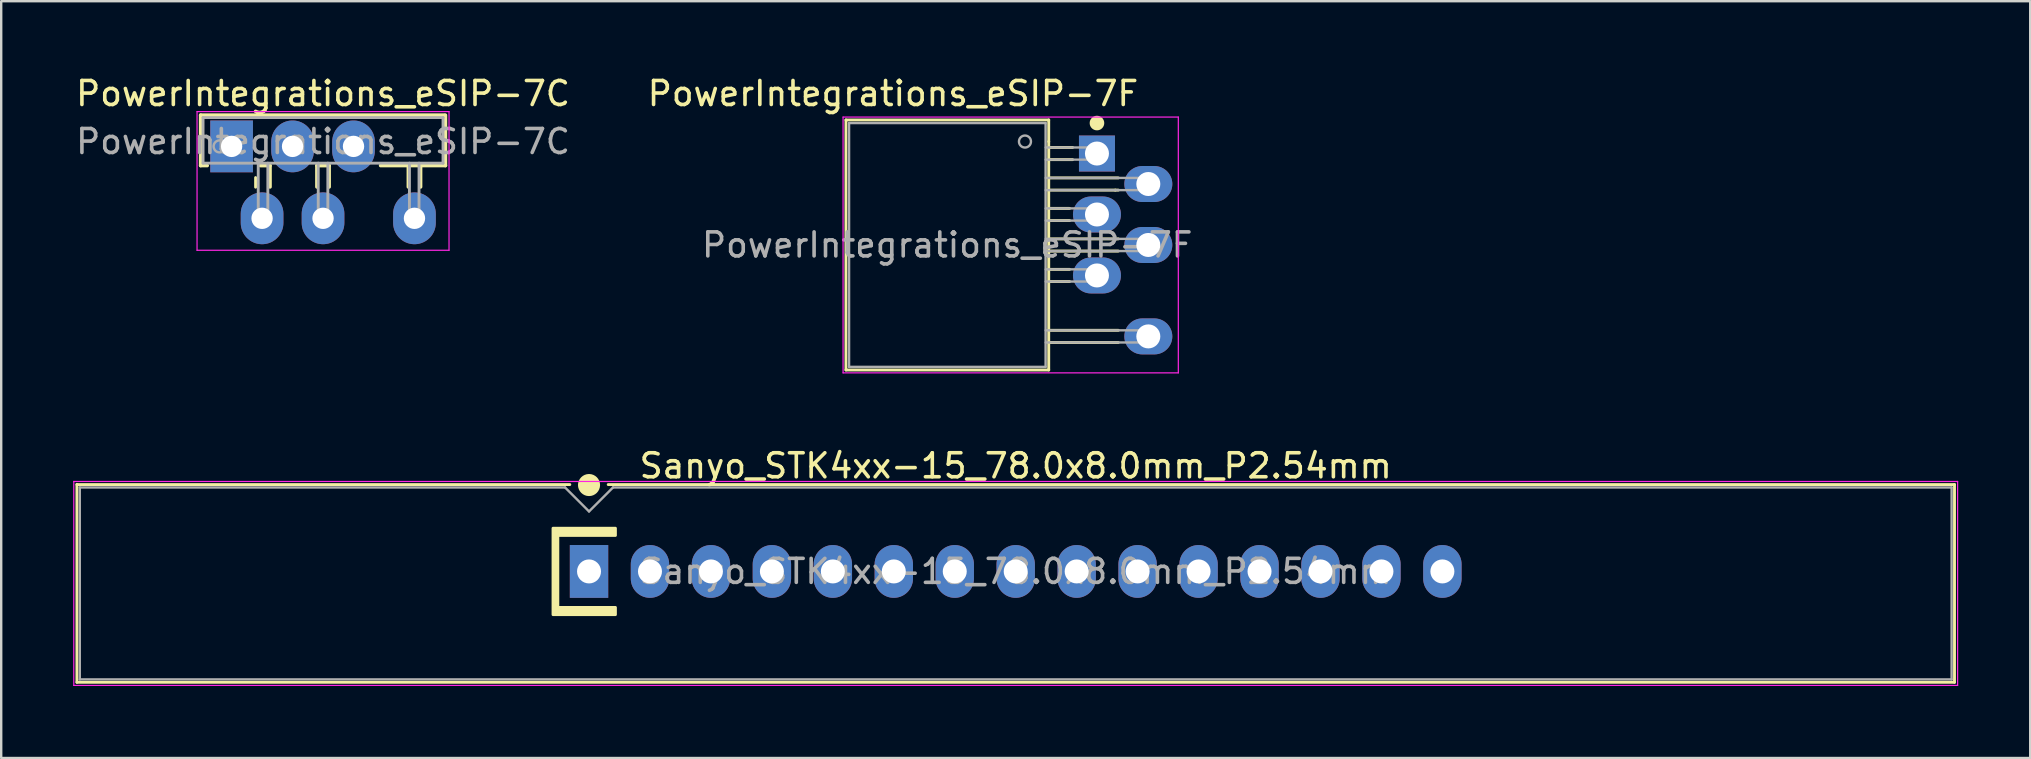
<source format=kicad_pcb>
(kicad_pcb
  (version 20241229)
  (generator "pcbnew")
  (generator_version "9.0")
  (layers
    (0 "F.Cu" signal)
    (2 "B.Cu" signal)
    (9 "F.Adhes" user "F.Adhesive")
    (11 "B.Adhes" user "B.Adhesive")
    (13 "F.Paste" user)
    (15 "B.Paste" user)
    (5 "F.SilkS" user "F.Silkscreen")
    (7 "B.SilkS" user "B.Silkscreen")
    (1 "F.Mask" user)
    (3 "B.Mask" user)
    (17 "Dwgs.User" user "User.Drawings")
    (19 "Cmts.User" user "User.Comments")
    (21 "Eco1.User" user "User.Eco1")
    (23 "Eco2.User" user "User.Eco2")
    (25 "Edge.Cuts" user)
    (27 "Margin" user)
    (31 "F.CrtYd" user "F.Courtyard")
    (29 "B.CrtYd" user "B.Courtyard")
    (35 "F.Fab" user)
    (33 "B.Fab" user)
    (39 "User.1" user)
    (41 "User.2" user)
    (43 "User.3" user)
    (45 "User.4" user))
  (footprint "PowerIntegrations_eSIP-7C"
    (layer "F.Cu")
    (at 6.601 3.05)
    (property "Reference" "PowerIntegrations_eSIP-7C" (at 3.81 -2.201 0) (layer "F.SilkS") (effects (font (size 1 1) (thickness 0.15))))
    (attr through_hole)
    (fp_line (start -1.29 -1.301) (end 8.87 -1.301) (stroke (width 0.15) (type solid)) (layer "F.SilkS"))
    (fp_line (start -1.29 0.799) (end -1.29 -1.301) (stroke (width 0.15) (type solid)) (layer "F.SilkS"))
    (fp_line (start -1.016 0.799) (end -1.29 0.799) (stroke (width 0.15) (type solid)) (layer "F.SilkS"))
    (fp_line (start 1 1.7) (end 1 1.3) (stroke (width 0.12) (type solid)) (layer "F.SilkS"))
    (fp_line (start 1.6 0.8) (end 1.2 0.8) (stroke (width 0.15) (type solid)) (layer "F.SilkS"))
    (fp_line (start 1.6 0.8) (end 1.6 1.689) (stroke (width 0.15) (type solid)) (layer "F.SilkS"))
    (fp_line (start 3.556 0.8) (end 3.556 1.689) (stroke (width 0.15) (type solid)) (layer "F.SilkS"))
    (fp_line (start 4.064 0.8) (end 3.556 0.8) (stroke (width 0.15) (type solid)) (layer "F.SilkS"))
    (fp_line (start 4.064 0.8) (end 4.064 1.689) (stroke (width 0.15) (type solid)) (layer "F.SilkS"))
    (fp_line (start 7.366 1.689) (end 7.366 0.8) (stroke (width 0.15) (type solid)) (layer "F.SilkS"))
    (fp_line (start 7.874 1.689) (end 7.874 0.8) (stroke (width 0.15) (type solid)) (layer "F.SilkS"))
    (fp_line (start 8.91 0.799) (end 6.21 0.799) (stroke (width 0.15) (type solid)) (layer "F.SilkS"))
    (fp_line (start 8.91 0.799) (end 8.91 -1.301) (stroke (width 0.15) (type solid)) (layer "F.SilkS"))
    (fp_line (start -1.44 -1.45) (end -1.44 4.33) (stroke (width 0.05) (type solid)) (layer "F.CrtYd"))
    (fp_line (start -1.44 -1.45) (end 9.06 -1.45) (stroke (width 0.05) (type solid)) (layer "F.CrtYd"))
    (fp_line (start 9.06 4.33) (end -1.44 4.33) (stroke (width 0.05) (type solid)) (layer "F.CrtYd"))
    (fp_line (start 9.06 4.33) (end 9.06 -1.45) (stroke (width 0.05) (type solid)) (layer "F.CrtYd"))
    (fp_line (start -1.19 -1.201) (end 8.81 -1.201) (stroke (width 0.12) (type solid)) (layer "F.Fab"))
    (fp_line (start -1.19 0.699) (end -1.19 -1.201) (stroke (width 0.12) (type solid)) (layer "F.Fab"))
    (fp_line (start 1.11 0.699) (end 1.11 2.999) (stroke (width 0.12) (type solid)) (layer "F.Fab"))
    (fp_line (start 1.11 2.999) (end 1.51 2.999) (stroke (width 0.12) (type solid)) (layer "F.Fab"))
    (fp_line (start 1.51 2.999) (end 1.51 0.699) (stroke (width 0.12) (type solid)) (layer "F.Fab"))
    (fp_line (start 3.61 0.699) (end 3.61 2.999) (stroke (width 0.12) (type solid)) (layer "F.Fab"))
    (fp_line (start 3.61 2.999) (end 4.01 2.999) (stroke (width 0.12) (type solid)) (layer "F.Fab"))
    (fp_line (start 4.01 2.999) (end 4.01 0.699) (stroke (width 0.12) (type solid)) (layer "F.Fab"))
    (fp_line (start 7.41 0.699) (end 7.41 2.999) (stroke (width 0.12) (type solid)) (layer "F.Fab"))
    (fp_line (start 7.41 2.999) (end 7.81 2.999) (stroke (width 0.12) (type solid)) (layer "F.Fab"))
    (fp_line (start 7.81 2.999) (end 7.81 0.699) (stroke (width 0.12) (type solid)) (layer "F.Fab"))
    (fp_line (start 8.81 -1.201) (end 8.81 0.699) (stroke (width 0.12) (type solid)) (layer "F.Fab"))
    (fp_line (start 8.81 0.699) (end -1.19 0.699) (stroke (width 0.12) (type solid)) (layer "F.Fab"))
    (fp_circle (center -0.5 0) (end -0.25 0) (stroke (width 0.1) (type solid)) (fill no) (layer "F.Fab"))
    (fp_text user "${REFERENCE}" (at 3.81 -0.201 0) (layer "F.Fab") (effects (font (size 1 1) (thickness 0.15))))
    (pad "1" thru_hole rect (at 0 0) (size 1.778 2.159) (drill 0.889) (layers "*.Cu" "*.Mask"))
    (pad "2" thru_hole oval (at 1.27 2.997) (size 1.778 2.159) (drill 0.889) (layers "*.Cu" "*.Mask"))
    (pad "3" thru_hole oval (at 2.54 0) (size 1.778 2.159) (drill 0.889) (layers "*.Cu" "*.Mask"))
    (pad "4" thru_hole oval (at 3.81 2.997) (size 1.778 2.159) (drill 0.889) (layers "*.Cu" "*.Mask"))
    (pad "5" thru_hole oval (at 5.08 0) (size 1.778 2.159) (drill 0.889) (layers "*.Cu" "*.Mask"))
    (pad "7" thru_hole oval (at 7.62 2.997) (size 1.778 2.159) (drill 0.889) (layers "*.Cu" "*.Mask")))
  (footprint "Sanyo_STK4xx-15_78.0x8.0mm_P2.54mm"
    (layer "F.Cu")
    (at 21.495 20.762)
    (property "Reference" "Sanyo_STK4xx-15_78.0x8.0mm_P2.54mm" (at 17.78 -4.4 0) (layer "F.SilkS") (effects (font (size 1 1) (thickness 0.15))))
    (attr through_hole)
    (fp_line (start -21.34 -3.62) (end -0.8 -3.62) (stroke (width 0.12) (type solid)) (layer "F.SilkS"))
    (fp_line (start -21.34 4.62) (end -21.34 -3.63) (stroke (width 0.12) (type solid)) (layer "F.SilkS"))
    (fp_line (start 0.8 -3.62) (end 56.9 -3.62) (stroke (width 0.12) (type solid)) (layer "F.SilkS"))
    (fp_line (start 56.9 -3.62) (end 56.9 4.62) (stroke (width 0.12) (type solid)) (layer "F.SilkS"))
    (fp_line (start 56.9 4.62) (end -21.34 4.62) (stroke (width 0.12) (type solid)) (layer "F.SilkS"))
    (fp_circle (center 0 -3.6) (end 0.4 -3.6) (stroke (width 0.12) (type solid)) (fill yes) (layer "F.SilkS"))
    (fp_poly (pts (xy 1.1 -1.5) (xy -1.3 -1.5) (xy -1.3 1.5) (xy 1.1 1.5) (xy 1.1 1.8) (xy -1.5 1.8) (xy -1.5 -1.8) (xy 1.1 -1.8)) (stroke (width 0.12) (type solid)) (fill yes) (layer "F.SilkS"))
    (fp_line (start -21.47 -3.75) (end 57.03 -3.75) (stroke (width 0.05) (type solid)) (layer "F.CrtYd"))
    (fp_line (start -21.47 4.75) (end -21.47 -3.75) (stroke (width 0.05) (type solid)) (layer "F.CrtYd"))
    (fp_line (start 57.03 -3.75) (end 57.03 4.75) (stroke (width 0.05) (type solid)) (layer "F.CrtYd"))
    (fp_line (start 57.03 4.75) (end -21.47 4.75) (stroke (width 0.05) (type solid)) (layer "F.CrtYd"))
    (fp_line (start -21.22 -3.5) (end -1 -3.5) (stroke (width 0.1) (type solid)) (layer "F.Fab"))
    (fp_line (start -21.22 4.5) (end -21.22 -3.5) (stroke (width 0.1) (type solid)) (layer "F.Fab"))
    (fp_line (start -1 -3.5) (end 0 -2.5) (stroke (width 0.1) (type solid)) (layer "F.Fab"))
    (fp_line (start 0 -2.5) (end 1 -3.5) (stroke (width 0.1) (type solid)) (layer "F.Fab"))
    (fp_line (start 1 -3.5) (end 56.78 -3.5) (stroke (width 0.1) (type solid)) (layer "F.Fab"))
    (fp_line (start 56.78 -3.5) (end 56.78 4.5) (stroke (width 0.1) (type solid)) (layer "F.Fab"))
    (fp_line (start 56.78 4.5) (end -21.22 4.5) (stroke (width 0.1) (type solid)) (layer "F.Fab"))
    (fp_text user "${REFERENCE}" (at 17.78 0 0) (layer "F.Fab") (effects (font (size 1 1) (thickness 0.15))))
    (pad "1" thru_hole rect (at 0 0) (size 1.6 2.2) (drill 1) (layers "*.Cu" "*.Mask"))
    (pad "2" thru_hole oval (at 2.54 0) (size 1.6 2.2) (drill 1) (layers "*.Cu" "*.Mask"))
    (pad "3" thru_hole oval (at 5.08 0) (size 1.6 2.2) (drill 1) (layers "*.Cu" "*.Mask"))
    (pad "4" thru_hole oval (at 7.62 0) (size 1.6 2.2) (drill 1) (layers "*.Cu" "*.Mask"))
    (pad "5" thru_hole oval (at 10.16 0) (size 1.6 2.2) (drill 1) (layers "*.Cu" "*.Mask"))
    (pad "6" thru_hole oval (at 12.7 0) (size 1.6 2.2) (drill 1) (layers "*.Cu" "*.Mask"))
    (pad "7" thru_hole oval (at 15.24 0) (size 1.6 2.2) (drill 1) (layers "*.Cu" "*.Mask"))
    (pad "8" thru_hole oval (at 17.78 0) (size 1.6 2.2) (drill 1) (layers "*.Cu" "*.Mask"))
    (pad "9" thru_hole oval (at 20.32 0) (size 1.6 2.2) (drill 1) (layers "*.Cu" "*.Mask"))
    (pad "10" thru_hole oval (at 22.86 0) (size 1.6 2.2) (drill 1) (layers "*.Cu" "*.Mask"))
    (pad "11" thru_hole oval (at 25.4 0) (size 1.6 2.2) (drill 1) (layers "*.Cu" "*.Mask"))
    (pad "12" thru_hole oval (at 27.94 0) (size 1.6 2.2) (drill 1) (layers "*.Cu" "*.Mask"))
    (pad "13" thru_hole oval (at 30.48 0) (size 1.6 2.2) (drill 1) (layers "*.Cu" "*.Mask"))
    (pad "14" thru_hole oval (at 33.02 0) (size 1.6 2.2) (drill 1) (layers "*.Cu" "*.Mask"))
    (pad "15" thru_hole oval (at 35.56 0) (size 1.6 2.2) (drill 1) (layers "*.Cu" "*.Mask")))
  (footprint "PowerIntegrations_eSIP-7F"
    (layer "F.Cu")
    (at 42.661 3.348)
    (property "Reference" "PowerIntegrations_eSIP-7F" (at -8.5 -2.5 0) (layer "F.SilkS") (effects (font (size 1 1) (thickness 0.15))))
    (attr through_hole)
    (fp_line (start -10.46 -1.4) (end -2.01 -1.4) (stroke (width 0.12) (type solid)) (layer "F.SilkS"))
    (fp_line (start -10.46 9.02) (end -10.46 -1.4) (stroke (width 0.12) (type solid)) (layer "F.SilkS"))
    (fp_line (start -2.01 -0.5) (end -2.01 -1.4) (stroke (width 0.12) (type solid)) (layer "F.SilkS"))
    (fp_line (start -2.01 -0.5) (end -2.01 9.02) (stroke (width 0.12) (type solid)) (layer "F.SilkS"))
    (fp_line (start -2.01 9.02) (end -10.46 9.02) (stroke (width 0.12) (type solid)) (layer "F.SilkS"))
    (fp_line (start -1.143 2.286) (end -2.007 2.286) (stroke (width 0.12) (type solid)) (layer "F.SilkS"))
    (fp_line (start -1.143 2.794) (end -2.007 2.794) (stroke (width 0.12) (type solid)) (layer "F.SilkS"))
    (fp_line (start -1.143 4.826) (end -2.007 4.826) (stroke (width 0.12) (type solid)) (layer "F.SilkS"))
    (fp_line (start -1.143 5.334) (end -2.007 5.334) (stroke (width 0.12) (type solid)) (layer "F.SilkS"))
    (fp_line (start -1.016 -0.254) (end -2.007 -0.254) (stroke (width 0.12) (type solid)) (layer "F.SilkS"))
    (fp_line (start -1.016 0.254) (end -2.007 0.254) (stroke (width 0.12) (type solid)) (layer "F.SilkS"))
    (fp_line (start 0.762 1.524) (end -2.007 1.524) (stroke (width 0.12) (type solid)) (layer "F.SilkS"))
    (fp_line (start 0.762 1.524) (end 0.889 1.524) (stroke (width 0.12) (type solid)) (layer "F.SilkS"))
    (fp_line (start 0.889 1.016) (end -2.007 1.016) (stroke (width 0.12) (type solid)) (layer "F.SilkS"))
    (fp_line (start 0.889 3.556) (end -2.007 3.556) (stroke (width 0.12) (type solid)) (layer "F.SilkS"))
    (fp_line (start 0.889 4.064) (end -2.007 4.064) (stroke (width 0.12) (type solid)) (layer "F.SilkS"))
    (fp_line (start 0.889 7.366) (end -2.007 7.366) (stroke (width 0.12) (type solid)) (layer "F.SilkS"))
    (fp_line (start 0.889 7.874) (end -2.007 7.874) (stroke (width 0.12) (type solid)) (layer "F.SilkS"))
    (fp_circle (center 0 -1.27) (end 0.254 -1.27) (stroke (width 0.1) (type solid)) (fill yes) (layer "F.SilkS"))
    (fp_line (start -10.58 -1.52) (end 3.39 -1.52) (stroke (width 0.05) (type solid)) (layer "F.CrtYd"))
    (fp_line (start -10.58 9.14) (end -10.58 -1.52) (stroke (width 0.05) (type solid)) (layer "F.CrtYd"))
    (fp_line (start 3.39 -1.52) (end 3.39 9.14) (stroke (width 0.05) (type solid)) (layer "F.CrtYd"))
    (fp_line (start 3.39 9.14) (end -10.58 9.14) (stroke (width 0.05) (type solid)) (layer "F.CrtYd"))
    (fp_line (start -10.33 -1.27) (end -2.14 -1.27) (stroke (width 0.1) (type solid)) (layer "F.Fab"))
    (fp_line (start -10.33 8.89) (end -10.33 -1.27) (stroke (width 0.1) (type solid)) (layer "F.Fab"))
    (fp_line (start -2.14 -1.27) (end -2.14 8.89) (stroke (width 0.1) (type solid)) (layer "F.Fab"))
    (fp_line (start -2.14 8.89) (end -10.33 8.89) (stroke (width 0.1) (type solid)) (layer "F.Fab"))
    (fp_line (start -2.134 0.254) (end 0 0.254) (stroke (width 0.1) (type solid)) (layer "F.Fab"))
    (fp_line (start -2.134 1.524) (end 2.159 1.524) (stroke (width 0.1) (type solid)) (layer "F.Fab"))
    (fp_line (start -2.134 2.286) (end 0 2.286) (stroke (width 0.1) (type solid)) (layer "F.Fab"))
    (fp_line (start -2.134 3.556) (end 2.159 3.556) (stroke (width 0.1) (type solid)) (layer "F.Fab"))
    (fp_line (start -2.134 4.826) (end 0 4.826) (stroke (width 0.1) (type solid)) (layer "F.Fab"))
    (fp_line (start -2.134 7.366) (end 2.159 7.366) (stroke (width 0.1) (type solid)) (layer "F.Fab"))
    (fp_line (start 0 -0.254) (end -2.134 -0.254) (stroke (width 0.1) (type solid)) (layer "F.Fab"))
    (fp_line (start 0 0.254) (end 0 -0.254) (stroke (width 0.1) (type solid)) (layer "F.Fab"))
    (fp_line (start 0 2.286) (end 0 2.794) (stroke (width 0.1) (type solid)) (layer "F.Fab"))
    (fp_line (start 0 2.794) (end -2.134 2.794) (stroke (width 0.1) (type solid)) (layer "F.Fab"))
    (fp_line (start 0 4.826) (end 0 5.334) (stroke (width 0.1) (type solid)) (layer "F.Fab"))
    (fp_line (start 0 5.334) (end -2.134 5.334) (stroke (width 0.1) (type solid)) (layer "F.Fab"))
    (fp_line (start 2.159 1.016) (end -2.134 1.016) (stroke (width 0.1) (type solid)) (layer "F.Fab"))
    (fp_line (start 2.159 1.524) (end 2.159 1.016) (stroke (width 0.1) (type solid)) (layer "F.Fab"))
    (fp_line (start 2.159 3.556) (end 2.159 4.064) (stroke (width 0.1) (type solid)) (layer "F.Fab"))
    (fp_line (start 2.159 4.064) (end -2.134 4.064) (stroke (width 0.1) (type solid)) (layer "F.Fab"))
    (fp_line (start 2.159 7.366) (end 2.159 7.874) (stroke (width 0.1) (type solid)) (layer "F.Fab"))
    (fp_line (start 2.159 7.874) (end -2.134 7.874) (stroke (width 0.1) (type solid)) (layer "F.Fab"))
    (fp_circle (center -3 -0.5) (end -2.75 -0.5) (stroke (width 0.1) (type solid)) (fill no) (layer "F.Fab"))
    (fp_text user "${REFERENCE}" (at -6.24 3.81 0) (layer "F.Fab") (effects (font (size 1 1) (thickness 0.15))))
    (pad "1" thru_hole rect (at 0 0) (size 1.5 1.5) (drill 1) (layers "*.Cu" "*.Mask"))
    (pad "2" thru_hole oval (at 2.14 1.27) (size 2 1.5) (drill 1) (layers "*.Cu" "*.Mask"))
    (pad "3" thru_hole oval (at 0 2.54) (size 2 1.5) (drill 1) (layers "*.Cu" "*.Mask"))
    (pad "4" thru_hole oval (at 2.14 3.81) (size 2 1.5) (drill 1) (layers "*.Cu" "*.Mask"))
    (pad "5" thru_hole oval (at 0 5.08) (size 2 1.5) (drill 1) (layers "*.Cu" "*.Mask"))
    (pad "7" thru_hole oval (at 2.14 7.62) (size 2 1.5) (drill 1) (layers "*.Cu" "*.Mask")))
  (gr_rect
    (start -3 -3)
    (end 81.55 28.537)
    (stroke (width 0.1) (type default))
    (fill no)
    (layer "Edge.Cuts")))
</source>
